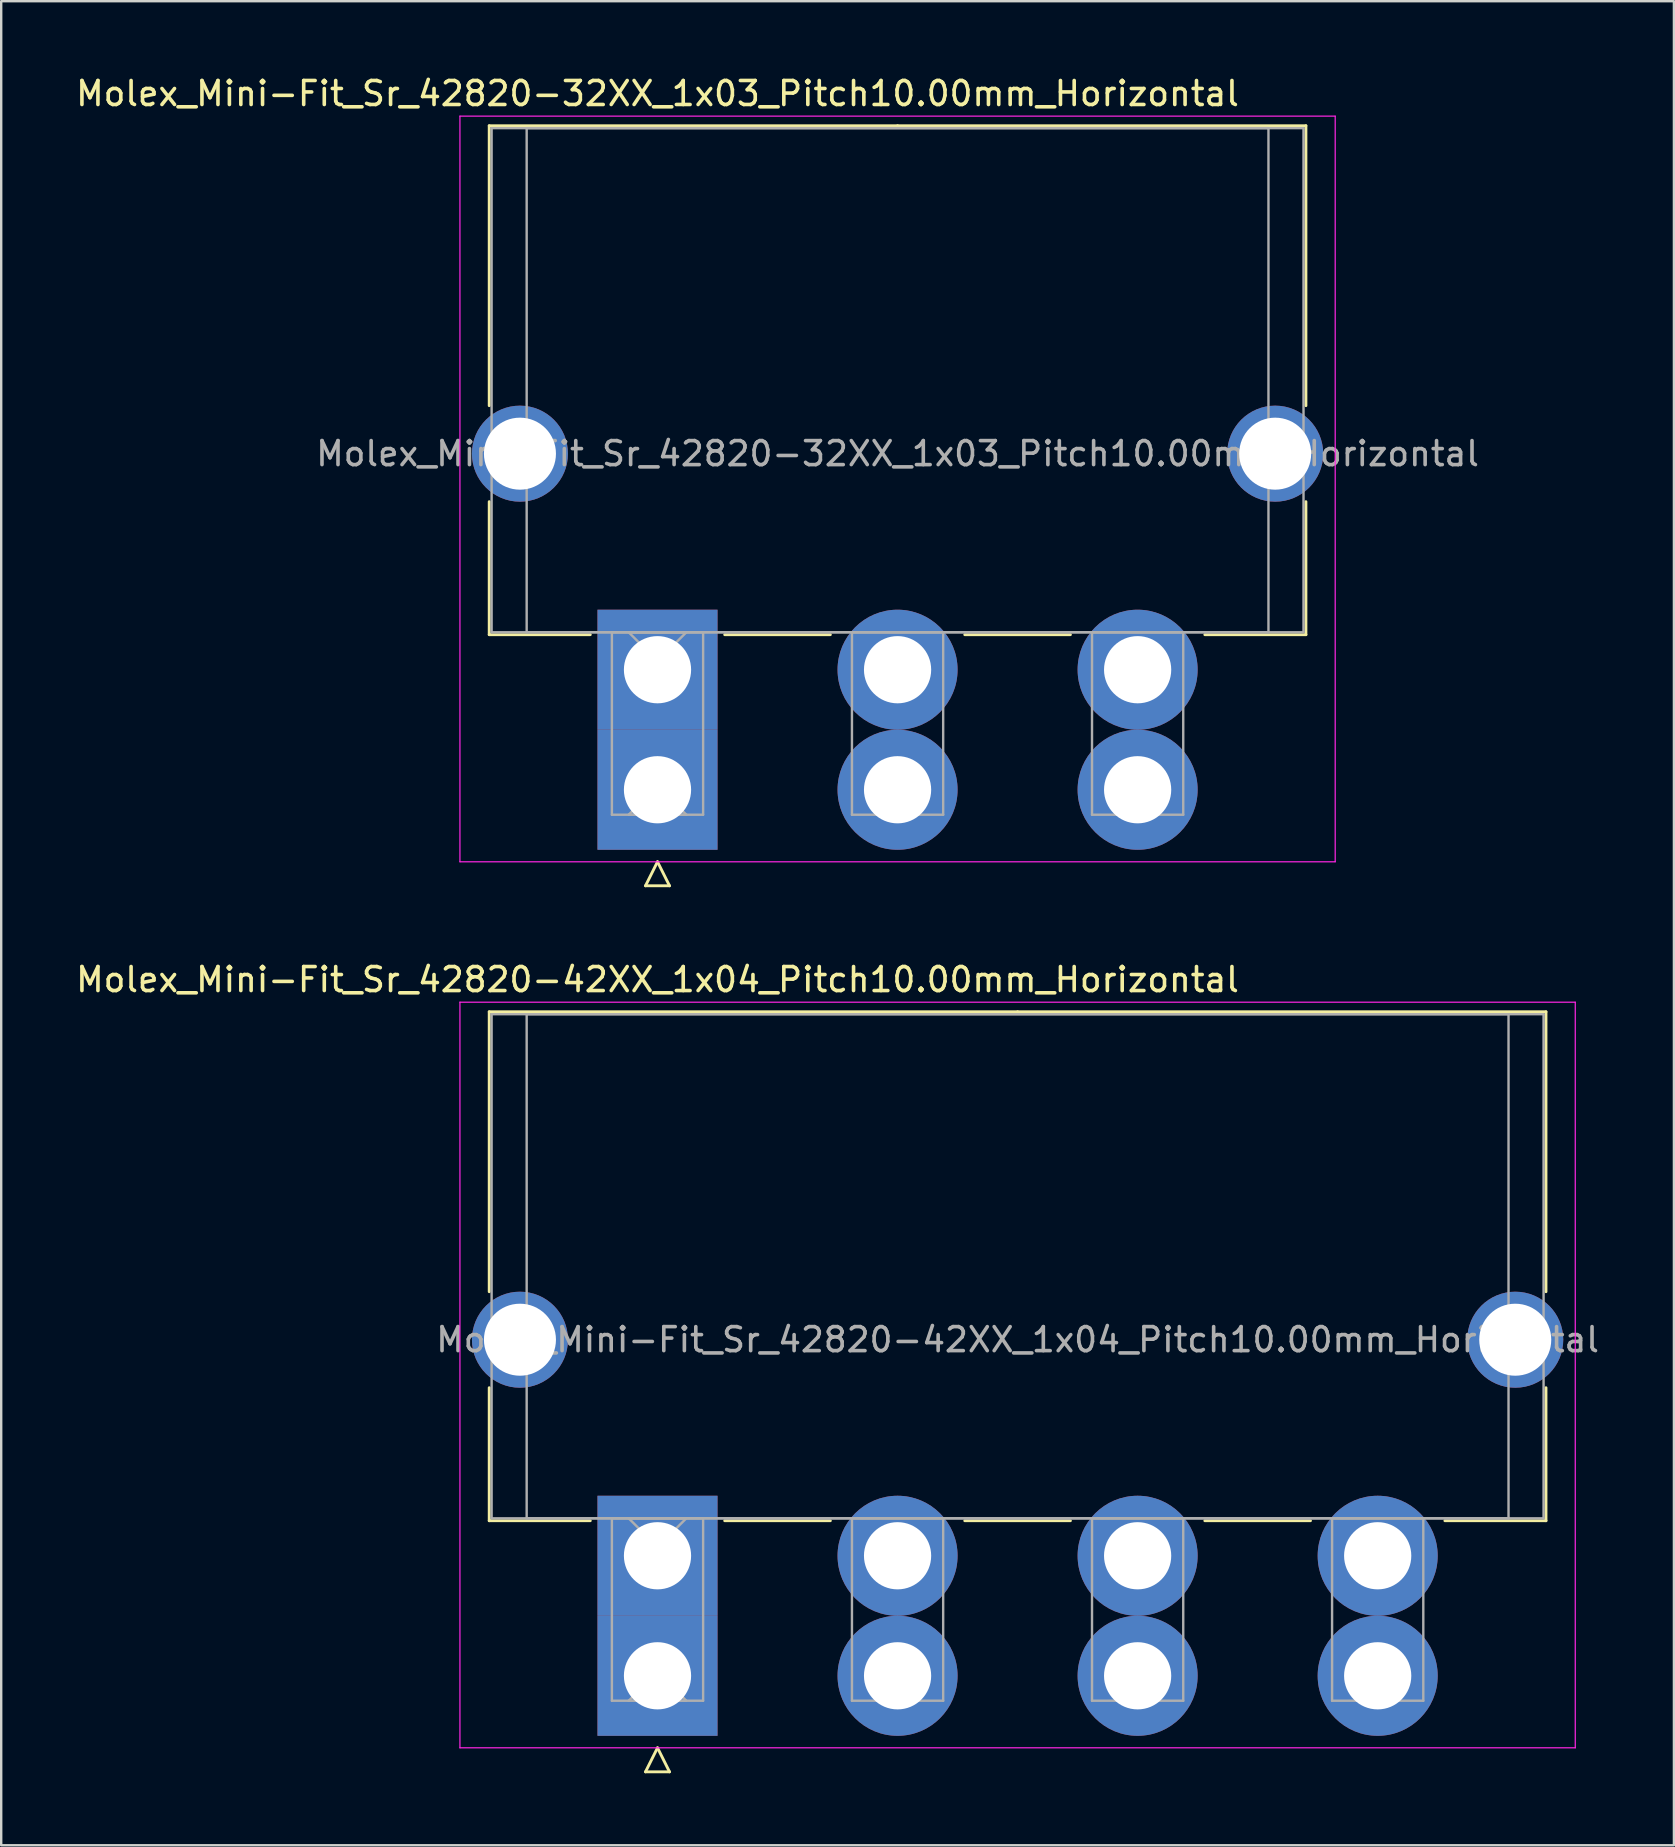
<source format=kicad_pcb>
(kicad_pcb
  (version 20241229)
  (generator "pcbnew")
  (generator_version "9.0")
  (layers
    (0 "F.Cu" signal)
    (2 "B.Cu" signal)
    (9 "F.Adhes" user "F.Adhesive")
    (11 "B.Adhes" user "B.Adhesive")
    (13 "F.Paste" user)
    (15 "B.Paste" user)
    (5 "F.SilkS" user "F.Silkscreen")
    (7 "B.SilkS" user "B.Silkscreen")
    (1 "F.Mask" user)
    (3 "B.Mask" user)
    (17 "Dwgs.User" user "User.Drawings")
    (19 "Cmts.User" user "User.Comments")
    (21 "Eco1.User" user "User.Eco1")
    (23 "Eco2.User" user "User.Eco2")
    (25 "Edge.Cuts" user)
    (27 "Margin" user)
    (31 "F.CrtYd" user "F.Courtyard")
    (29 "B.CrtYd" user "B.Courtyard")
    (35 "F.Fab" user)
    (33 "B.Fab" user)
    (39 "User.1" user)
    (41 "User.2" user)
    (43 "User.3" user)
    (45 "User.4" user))
  (footprint "Molex_Mini-Fit_Sr_42820-32XX_1x03_Pitch10.00mm_Horizontal"
    (layer "F.Cu")
    (at 24.339 24.848)
    (property "Reference" "Molex_Mini-Fit_Sr_42820-32XX_1x03_Pitch10.00mm_Horizontal" (at 0 -24 0) (layer "F.SilkS") (effects (font (size 1 1) (thickness 0.15))))
    (attr through_hole)
    (fp_line (start -7.01 -22.66) (end -7.01 -11) (stroke (width 0.12) (type solid)) (layer "F.SilkS"))
    (fp_line (start -7.01 -7) (end -7.01 -1.46) (stroke (width 0.12) (type solid)) (layer "F.SilkS"))
    (fp_line (start -7.01 -1.46) (end -2.8 -1.46) (stroke (width 0.12) (type solid)) (layer "F.SilkS"))
    (fp_line (start -0.5 9) (end 0 8) (stroke (width 0.12) (type solid)) (layer "F.SilkS"))
    (fp_line (start 0 8) (end 0.5 9) (stroke (width 0.12) (type solid)) (layer "F.SilkS"))
    (fp_line (start 0.5 9) (end -0.5 9) (stroke (width 0.12) (type solid)) (layer "F.SilkS"))
    (fp_line (start 2.8 -1.46) (end 7.2 -1.46) (stroke (width 0.12) (type solid)) (layer "F.SilkS"))
    (fp_line (start 10 -22.66) (end -7.01 -22.66) (stroke (width 0.12) (type solid)) (layer "F.SilkS"))
    (fp_line (start 10 -22.66) (end 27.01 -22.66) (stroke (width 0.12) (type solid)) (layer "F.SilkS"))
    (fp_line (start 12.8 -1.46) (end 17.2 -1.46) (stroke (width 0.12) (type solid)) (layer "F.SilkS"))
    (fp_line (start 27.01 -22.66) (end 27.01 -11) (stroke (width 0.12) (type solid)) (layer "F.SilkS"))
    (fp_line (start 27.01 -7) (end 27.01 -1.46) (stroke (width 0.12) (type solid)) (layer "F.SilkS"))
    (fp_line (start 27.01 -1.46) (end 22.8 -1.46) (stroke (width 0.12) (type solid)) (layer "F.SilkS"))
    (fp_line (start -8.23 -23.06) (end -8.23 8) (stroke (width 0.05) (type solid)) (layer "F.CrtYd"))
    (fp_line (start -8.23 8) (end 28.23 8) (stroke (width 0.05) (type solid)) (layer "F.CrtYd"))
    (fp_line (start 28.23 -23.06) (end -8.23 -23.06) (stroke (width 0.05) (type solid)) (layer "F.CrtYd"))
    (fp_line (start 28.23 8) (end 28.23 -23.06) (stroke (width 0.05) (type solid)) (layer "F.CrtYd"))
    (fp_line (start -6.91 -22.56) (end -6.91 -1.56) (stroke (width 0.1) (type solid)) (layer "F.Fab"))
    (fp_line (start -6.91 -1.56) (end 26.91 -1.56) (stroke (width 0.1) (type solid)) (layer "F.Fab"))
    (fp_line (start -5.45 -22.56) (end -5.45 -1.56) (stroke (width 0.1) (type solid)) (layer "F.Fab"))
    (fp_line (start -5.45 -1.56) (end 25.45 -1.56) (stroke (width 0.1) (type solid)) (layer "F.Fab"))
    (fp_line (start -1.9 -1.56) (end -1.9 6.04) (stroke (width 0.1) (type solid)) (layer "F.Fab"))
    (fp_line (start -1.9 6.04) (end 1.9 6.04) (stroke (width 0.1) (type solid)) (layer "F.Fab"))
    (fp_line (start -1.2 -1.56) (end 0 -0.36) (stroke (width 0.1) (type solid)) (layer "F.Fab"))
    (fp_line (start -1.2 6.04) (end 0 4.84) (stroke (width 0.1) (type solid)) (layer "F.Fab"))
    (fp_line (start 0 -0.36) (end 1.2 -1.56) (stroke (width 0.1) (type solid)) (layer "F.Fab"))
    (fp_line (start 0 4.84) (end 1.2 6.04) (stroke (width 0.1) (type solid)) (layer "F.Fab"))
    (fp_line (start 1.2 -1.56) (end -1.2 -1.56) (stroke (width 0.1) (type solid)) (layer "F.Fab"))
    (fp_line (start 1.2 6.04) (end -1.2 6.04) (stroke (width 0.1) (type solid)) (layer "F.Fab"))
    (fp_line (start 1.9 -1.56) (end -1.9 -1.56) (stroke (width 0.1) (type solid)) (layer "F.Fab"))
    (fp_line (start 1.9 6.04) (end 1.9 -1.56) (stroke (width 0.1) (type solid)) (layer "F.Fab"))
    (fp_line (start 8.1 -1.56) (end 8.1 6.04) (stroke (width 0.1) (type solid)) (layer "F.Fab"))
    (fp_line (start 8.1 6.04) (end 11.9 6.04) (stroke (width 0.1) (type solid)) (layer "F.Fab"))
    (fp_line (start 11.9 -1.56) (end 8.1 -1.56) (stroke (width 0.1) (type solid)) (layer "F.Fab"))
    (fp_line (start 11.9 6.04) (end 11.9 -1.56) (stroke (width 0.1) (type solid)) (layer "F.Fab"))
    (fp_line (start 18.1 -1.56) (end 18.1 6.04) (stroke (width 0.1) (type solid)) (layer "F.Fab"))
    (fp_line (start 18.1 6.04) (end 21.9 6.04) (stroke (width 0.1) (type solid)) (layer "F.Fab"))
    (fp_line (start 21.9 -1.56) (end 18.1 -1.56) (stroke (width 0.1) (type solid)) (layer "F.Fab"))
    (fp_line (start 21.9 6.04) (end 21.9 -1.56) (stroke (width 0.1) (type solid)) (layer "F.Fab"))
    (fp_line (start 25.45 -22.56) (end -5.45 -22.56) (stroke (width 0.1) (type solid)) (layer "F.Fab"))
    (fp_line (start 25.45 -1.56) (end 25.45 -22.56) (stroke (width 0.1) (type solid)) (layer "F.Fab"))
    (fp_line (start 26.91 -22.56) (end -6.91 -22.56) (stroke (width 0.1) (type solid)) (layer "F.Fab"))
    (fp_line (start 26.91 -1.56) (end 26.91 -22.56) (stroke (width 0.1) (type solid)) (layer "F.Fab"))
    (fp_text user "${REFERENCE}" (at 10 -9 0) (layer "F.Fab") (effects (font (size 1 1) (thickness 0.15))))
    (pad "" thru_hole circle (at -5.73 -9) (size 4 4) (drill 3) (layers "*.Cu" "*.Mask"))
    (pad "" thru_hole circle (at 25.73 -9) (size 4 4) (drill 3) (layers "*.Cu" "*.Mask"))
    (pad "1" thru_hole rect (at 0 0) (size 5 5) (drill 2.8) (layers "*.Cu" "*.Mask"))
    (pad "1" thru_hole rect (at 0 5) (size 5 5) (drill 2.8) (layers "*.Cu" "*.Mask"))
    (pad "2" thru_hole circle (at 10 0) (size 5 5) (drill 2.8) (layers "*.Cu" "*.Mask"))
    (pad "2" thru_hole circle (at 10 5) (size 5 5) (drill 2.8) (layers "*.Cu" "*.Mask"))
    (pad "3" thru_hole circle (at 20 0) (size 5 5) (drill 2.8) (layers "*.Cu" "*.Mask"))
    (pad "3" thru_hole circle (at 20 5) (size 5 5) (drill 2.8) (layers "*.Cu" "*.Mask")))
  (footprint "Molex_Mini-Fit_Sr_42820-42XX_1x04_Pitch10.00mm_Horizontal"
    (layer "F.Cu")
    (at 24.339 61.757)
    (property "Reference" "Molex_Mini-Fit_Sr_42820-42XX_1x04_Pitch10.00mm_Horizontal" (at 0 -24 0) (layer "F.SilkS") (effects (font (size 1 1) (thickness 0.15))))
    (attr through_hole)
    (fp_line (start -7.01 -22.66) (end -7.01 -11) (stroke (width 0.12) (type solid)) (layer "F.SilkS"))
    (fp_line (start -7.01 -7) (end -7.01 -1.46) (stroke (width 0.12) (type solid)) (layer "F.SilkS"))
    (fp_line (start -7.01 -1.46) (end -2.8 -1.46) (stroke (width 0.12) (type solid)) (layer "F.SilkS"))
    (fp_line (start -0.5 9) (end 0 8) (stroke (width 0.12) (type solid)) (layer "F.SilkS"))
    (fp_line (start 0 8) (end 0.5 9) (stroke (width 0.12) (type solid)) (layer "F.SilkS"))
    (fp_line (start 0.5 9) (end -0.5 9) (stroke (width 0.12) (type solid)) (layer "F.SilkS"))
    (fp_line (start 2.8 -1.46) (end 7.2 -1.46) (stroke (width 0.12) (type solid)) (layer "F.SilkS"))
    (fp_line (start 12.8 -1.46) (end 17.2 -1.46) (stroke (width 0.12) (type solid)) (layer "F.SilkS"))
    (fp_line (start 15 -22.66) (end -7.01 -22.66) (stroke (width 0.12) (type solid)) (layer "F.SilkS"))
    (fp_line (start 15 -22.66) (end 37.01 -22.66) (stroke (width 0.12) (type solid)) (layer "F.SilkS"))
    (fp_line (start 22.8 -1.46) (end 27.2 -1.46) (stroke (width 0.12) (type solid)) (layer "F.SilkS"))
    (fp_line (start 37.01 -22.66) (end 37.01 -11) (stroke (width 0.12) (type solid)) (layer "F.SilkS"))
    (fp_line (start 37.01 -7) (end 37.01 -1.46) (stroke (width 0.12) (type solid)) (layer "F.SilkS"))
    (fp_line (start 37.01 -1.46) (end 32.8 -1.46) (stroke (width 0.12) (type solid)) (layer "F.SilkS"))
    (fp_line (start -8.23 -23.06) (end -8.23 8) (stroke (width 0.05) (type solid)) (layer "F.CrtYd"))
    (fp_line (start -8.23 8) (end 38.23 8) (stroke (width 0.05) (type solid)) (layer "F.CrtYd"))
    (fp_line (start 38.23 -23.06) (end -8.23 -23.06) (stroke (width 0.05) (type solid)) (layer "F.CrtYd"))
    (fp_line (start 38.23 8) (end 38.23 -23.06) (stroke (width 0.05) (type solid)) (layer "F.CrtYd"))
    (fp_line (start -6.91 -22.56) (end -6.91 -1.56) (stroke (width 0.1) (type solid)) (layer "F.Fab"))
    (fp_line (start -6.91 -1.56) (end 36.91 -1.56) (stroke (width 0.1) (type solid)) (layer "F.Fab"))
    (fp_line (start -5.45 -22.56) (end -5.45 -1.56) (stroke (width 0.1) (type solid)) (layer "F.Fab"))
    (fp_line (start -5.45 -1.56) (end 35.45 -1.56) (stroke (width 0.1) (type solid)) (layer "F.Fab"))
    (fp_line (start -1.9 -1.56) (end -1.9 6.04) (stroke (width 0.1) (type solid)) (layer "F.Fab"))
    (fp_line (start -1.9 6.04) (end 1.9 6.04) (stroke (width 0.1) (type solid)) (layer "F.Fab"))
    (fp_line (start -1.2 -1.56) (end 0 -0.36) (stroke (width 0.1) (type solid)) (layer "F.Fab"))
    (fp_line (start -1.2 6.04) (end 0 4.84) (stroke (width 0.1) (type solid)) (layer "F.Fab"))
    (fp_line (start 0 -0.36) (end 1.2 -1.56) (stroke (width 0.1) (type solid)) (layer "F.Fab"))
    (fp_line (start 0 4.84) (end 1.2 6.04) (stroke (width 0.1) (type solid)) (layer "F.Fab"))
    (fp_line (start 1.2 -1.56) (end -1.2 -1.56) (stroke (width 0.1) (type solid)) (layer "F.Fab"))
    (fp_line (start 1.2 6.04) (end -1.2 6.04) (stroke (width 0.1) (type solid)) (layer "F.Fab"))
    (fp_line (start 1.9 -1.56) (end -1.9 -1.56) (stroke (width 0.1) (type solid)) (layer "F.Fab"))
    (fp_line (start 1.9 6.04) (end 1.9 -1.56) (stroke (width 0.1) (type solid)) (layer "F.Fab"))
    (fp_line (start 8.1 -1.56) (end 8.1 6.04) (stroke (width 0.1) (type solid)) (layer "F.Fab"))
    (fp_line (start 8.1 6.04) (end 11.9 6.04) (stroke (width 0.1) (type solid)) (layer "F.Fab"))
    (fp_line (start 11.9 -1.56) (end 8.1 -1.56) (stroke (width 0.1) (type solid)) (layer "F.Fab"))
    (fp_line (start 11.9 6.04) (end 11.9 -1.56) (stroke (width 0.1) (type solid)) (layer "F.Fab"))
    (fp_line (start 18.1 -1.56) (end 18.1 6.04) (stroke (width 0.1) (type solid)) (layer "F.Fab"))
    (fp_line (start 18.1 6.04) (end 21.9 6.04) (stroke (width 0.1) (type solid)) (layer "F.Fab"))
    (fp_line (start 21.9 -1.56) (end 18.1 -1.56) (stroke (width 0.1) (type solid)) (layer "F.Fab"))
    (fp_line (start 21.9 6.04) (end 21.9 -1.56) (stroke (width 0.1) (type solid)) (layer "F.Fab"))
    (fp_line (start 28.1 -1.56) (end 28.1 6.04) (stroke (width 0.1) (type solid)) (layer "F.Fab"))
    (fp_line (start 28.1 6.04) (end 31.9 6.04) (stroke (width 0.1) (type solid)) (layer "F.Fab"))
    (fp_line (start 31.9 -1.56) (end 28.1 -1.56) (stroke (width 0.1) (type solid)) (layer "F.Fab"))
    (fp_line (start 31.9 6.04) (end 31.9 -1.56) (stroke (width 0.1) (type solid)) (layer "F.Fab"))
    (fp_line (start 35.45 -22.56) (end -5.45 -22.56) (stroke (width 0.1) (type solid)) (layer "F.Fab"))
    (fp_line (start 35.45 -1.56) (end 35.45 -22.56) (stroke (width 0.1) (type solid)) (layer "F.Fab"))
    (fp_line (start 36.91 -22.56) (end -6.91 -22.56) (stroke (width 0.1) (type solid)) (layer "F.Fab"))
    (fp_line (start 36.91 -1.56) (end 36.91 -22.56) (stroke (width 0.1) (type solid)) (layer "F.Fab"))
    (fp_text user "${REFERENCE}" (at 15 -9 0) (layer "F.Fab") (effects (font (size 1 1) (thickness 0.15))))
    (pad "" thru_hole circle (at -5.73 -9) (size 4 4) (drill 3) (layers "*.Cu" "*.Mask"))
    (pad "" thru_hole circle (at 35.73 -9) (size 4 4) (drill 3) (layers "*.Cu" "*.Mask"))
    (pad "1" thru_hole rect (at 0 0) (size 5 5) (drill 2.8) (layers "*.Cu" "*.Mask"))
    (pad "1" thru_hole rect (at 0 5) (size 5 5) (drill 2.8) (layers "*.Cu" "*.Mask"))
    (pad "2" thru_hole circle (at 10 0) (size 5 5) (drill 2.8) (layers "*.Cu" "*.Mask"))
    (pad "2" thru_hole circle (at 10 5) (size 5 5) (drill 2.8) (layers "*.Cu" "*.Mask"))
    (pad "3" thru_hole circle (at 20 0) (size 5 5) (drill 2.8) (layers "*.Cu" "*.Mask"))
    (pad "3" thru_hole circle (at 20 5) (size 5 5) (drill 2.8) (layers "*.Cu" "*.Mask"))
    (pad "4" thru_hole circle (at 30 0) (size 5 5) (drill 2.8) (layers "*.Cu" "*.Mask"))
    (pad "4" thru_hole circle (at 30 5) (size 5 5) (drill 2.8) (layers "*.Cu" "*.Mask")))
  (gr_rect
    (start -3 -3)
    (end 66.679 73.817)
    (stroke (width 0.1) (type default))
    (fill no)
    (layer "Edge.Cuts")))
</source>
